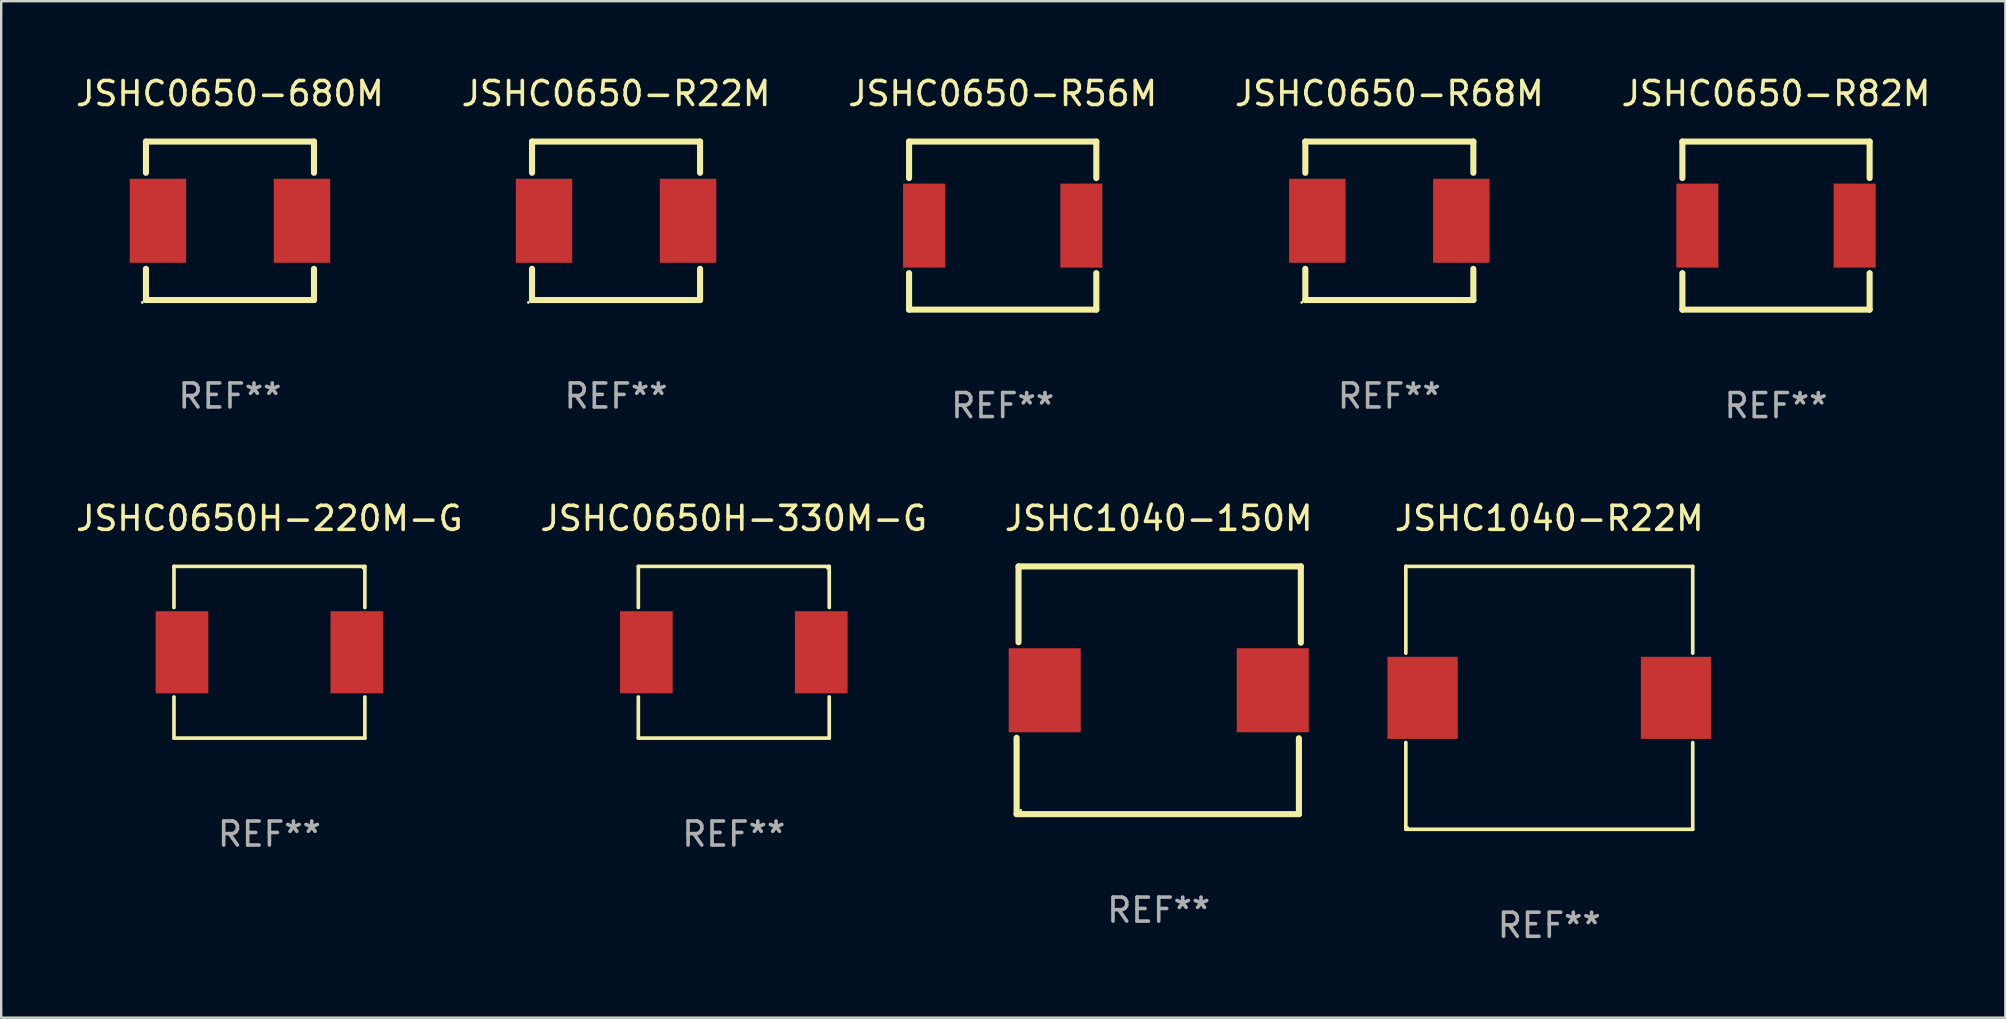
<source format=kicad_pcb>
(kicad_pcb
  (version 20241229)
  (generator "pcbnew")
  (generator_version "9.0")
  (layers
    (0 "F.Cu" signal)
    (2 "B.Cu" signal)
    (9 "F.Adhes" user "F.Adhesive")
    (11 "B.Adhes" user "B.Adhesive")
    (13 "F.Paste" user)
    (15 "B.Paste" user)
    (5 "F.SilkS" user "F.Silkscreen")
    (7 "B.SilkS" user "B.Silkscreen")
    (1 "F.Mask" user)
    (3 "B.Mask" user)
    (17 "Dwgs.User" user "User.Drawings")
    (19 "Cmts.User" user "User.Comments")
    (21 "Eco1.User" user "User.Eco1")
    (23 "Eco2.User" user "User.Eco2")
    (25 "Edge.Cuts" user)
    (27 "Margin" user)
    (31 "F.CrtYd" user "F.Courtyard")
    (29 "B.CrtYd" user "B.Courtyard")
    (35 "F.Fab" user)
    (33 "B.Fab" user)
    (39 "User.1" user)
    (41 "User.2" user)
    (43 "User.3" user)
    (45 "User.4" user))
  (footprint "JSHC0650-R82M"
    (layer "F.Cu")
    (at 70.935 6.348)
    (property "Reference" "JSHC0650-R82M" (at 0 -5.5 0) (layer "F.SilkS") (effects (font (size 1 1) (thickness 0.15))))
    (attr through_hole)
    (fp_line (start -3.9 -3.5) (end -3.9 -1.981) (stroke (width 0.254) (type solid)) (layer "F.SilkS"))
    (fp_line (start -3.9 -3.5) (end 3.9 -3.5) (stroke (width 0.254) (type solid)) (layer "F.SilkS"))
    (fp_line (start -3.9 1.981) (end -3.9 3.5) (stroke (width 0.254) (type solid)) (layer "F.SilkS"))
    (fp_line (start -3.9 3.5) (end 3.9 3.5) (stroke (width 0.254) (type solid)) (layer "F.SilkS"))
    (fp_line (start 3.9 -3.5) (end 3.9 -1.981) (stroke (width 0.254) (type solid)) (layer "F.SilkS"))
    (fp_line (start 3.9 1.981) (end 3.9 3.5) (stroke (width 0.254) (type solid)) (layer "F.SilkS"))
    (fp_circle (center -3.9 3.5) (end -3.87 3.5) (stroke (width 0.06) (type solid)) (fill no) (layer "F.SilkS"))
    (fp_text user "REF**" (at 0 7.5 0) (layer "F.Fab") (effects (font (size 1 1) (thickness 0.15))))
    (pad "1" smd rect (at -3.277 0 90) (size 3.5 1.75) (layers "F.Cu" "F.Mask" "F.Paste"))
    (pad "2" smd rect (at 3.277 0 90) (size 3.5 1.75) (layers "F.Cu" "F.Mask" "F.Paste")))
  (footprint "JSHC0650-R68M"
    (layer "F.Cu")
    (at 54.827 6.148)
    (property "Reference" "JSHC0650-R68M" (at 0 -5.3 0) (layer "F.SilkS") (effects (font (size 1 1) (thickness 0.15))))
    (attr through_hole)
    (fp_line (start -3.5 3.3) (end 3.5 3.3) (stroke (width 0.254) (type solid)) (layer "F.SilkS"))
    (fp_line (start -3.5 -3.3) (end -3.5 -2) (stroke (width 0.254) (type solid)) (layer "F.SilkS"))
    (fp_line (start -3.5 -3.3) (end 3.5 -3.3) (stroke (width 0.254) (type solid)) (layer "F.SilkS"))
    (fp_line (start -3.5 2) (end -3.5 3.3) (stroke (width 0.254) (type solid)) (layer "F.SilkS"))
    (fp_line (start 3.5 -3.3) (end 3.5 -2) (stroke (width 0.254) (type solid)) (layer "F.SilkS"))
    (fp_line (start 3.5 2) (end 3.5 3.3) (stroke (width 0.254) (type solid)) (layer "F.SilkS"))
    (fp_circle (center -3.65 3.4) (end -3.62 3.4) (stroke (width 0.06) (type solid)) (fill no) (layer "F.SilkS"))
    (fp_text user "REF**" (at 0 7.3 0) (layer "F.Fab") (effects (font (size 1 1) (thickness 0.15))))
    (pad "1" smd rect (at -3 0) (size 2.35 3.5) (layers "F.Cu" "F.Mask" "F.Paste"))
    (pad "2" smd rect (at 3 0) (size 2.35 3.5) (layers "F.Cu" "F.Mask" "F.Paste")))
  (footprint "JSHC0650-680M"
    (layer "F.Cu")
    (at 6.53 6.148)
    (property "Reference" "JSHC0650-680M" (at 0 -5.3 0) (layer "F.SilkS") (effects (font (size 1 1) (thickness 0.15))))
    (attr through_hole)
    (fp_line (start -3.5 3.3) (end 3.5 3.3) (stroke (width 0.254) (type solid)) (layer "F.SilkS"))
    (fp_line (start -3.5 -3.3) (end -3.5 -2) (stroke (width 0.254) (type solid)) (layer "F.SilkS"))
    (fp_line (start -3.5 -3.3) (end 3.5 -3.3) (stroke (width 0.254) (type solid)) (layer "F.SilkS"))
    (fp_line (start -3.5 2) (end -3.5 3.3) (stroke (width 0.254) (type solid)) (layer "F.SilkS"))
    (fp_line (start 3.5 -3.3) (end 3.5 -2) (stroke (width 0.254) (type solid)) (layer "F.SilkS"))
    (fp_line (start 3.5 2) (end 3.5 3.3) (stroke (width 0.254) (type solid)) (layer "F.SilkS"))
    (fp_circle (center -3.65 3.4) (end -3.62 3.4) (stroke (width 0.06) (type solid)) (fill no) (layer "F.SilkS"))
    (fp_text user "REF**" (at 0 7.3 0) (layer "F.Fab") (effects (font (size 1 1) (thickness 0.15))))
    (pad "1" smd rect (at -3 0) (size 2.35 3.5) (layers "F.Cu" "F.Mask" "F.Paste"))
    (pad "2" smd rect (at 3 0) (size 2.35 3.5) (layers "F.Cu" "F.Mask" "F.Paste")))
  (footprint "JSHC1040-R22M"
    (layer "F.Cu")
    (at 61.49 26.021)
    (property "Reference" "JSHC1040-R22M" (at 0 -7.476 0) (layer "F.SilkS") (effects (font (size 1 1) (thickness 0.15))))
    (attr through_hole)
    (fp_line (start -5.976 -5.476) (end 5.976 -5.476) (stroke (width 0.152) (type solid)) (layer "F.SilkS"))
    (fp_line (start -5.976 -1.862) (end -5.976 -5.476) (stroke (width 0.152) (type solid)) (layer "F.SilkS"))
    (fp_line (start -5.976 1.862) (end -5.976 5.476) (stroke (width 0.152) (type solid)) (layer "F.SilkS"))
    (fp_line (start -5.976 5.476) (end 5.976 5.476) (stroke (width 0.152) (type solid)) (layer "F.SilkS"))
    (fp_line (start 5.976 -5.476) (end 5.976 -1.862) (stroke (width 0.152) (type solid)) (layer "F.SilkS"))
    (fp_line (start 5.976 5.476) (end 5.976 1.862) (stroke (width 0.152) (type solid)) (layer "F.SilkS"))
    (fp_circle (center -5.9 5.4) (end -5.87 5.4) (stroke (width 0.06) (type solid)) (fill no) (layer "F.SilkS"))
    (fp_text user "REF**" (at 0 9.476 0) (layer "F.Fab") (effects (font (size 1 1) (thickness 0.15))))
    (pad "1" smd rect (at 5.278 0) (size 2.924 3.42) (layers "F.Cu" "F.Mask" "F.Paste"))
    (pad "2" smd rect (at -5.278 0) (size 2.924 3.42) (layers "F.Cu" "F.Mask" "F.Paste")))
  (footprint "JSHC0650-R22M"
    (layer "F.Cu")
    (at 22.613 6.148)
    (property "Reference" "JSHC0650-R22M" (at 0 -5.3 0) (layer "F.SilkS") (effects (font (size 1 1) (thickness 0.15))))
    (attr through_hole)
    (fp_line (start -3.5 3.3) (end 3.5 3.3) (stroke (width 0.254) (type solid)) (layer "F.SilkS"))
    (fp_line (start -3.5 -3.3) (end -3.5 -2) (stroke (width 0.254) (type solid)) (layer "F.SilkS"))
    (fp_line (start -3.5 -3.3) (end 3.5 -3.3) (stroke (width 0.254) (type solid)) (layer "F.SilkS"))
    (fp_line (start -3.5 2) (end -3.5 3.3) (stroke (width 0.254) (type solid)) (layer "F.SilkS"))
    (fp_line (start 3.5 -3.3) (end 3.5 -2) (stroke (width 0.254) (type solid)) (layer "F.SilkS"))
    (fp_line (start 3.5 2) (end 3.5 3.3) (stroke (width 0.254) (type solid)) (layer "F.SilkS"))
    (fp_circle (center -3.65 3.4) (end -3.62 3.4) (stroke (width 0.06) (type solid)) (fill no) (layer "F.SilkS"))
    (fp_text user "REF**" (at 0 7.3 0) (layer "F.Fab") (effects (font (size 1 1) (thickness 0.15))))
    (pad "1" smd rect (at -3 0) (size 2.35 3.5) (layers "F.Cu" "F.Mask" "F.Paste"))
    (pad "2" smd rect (at 3 0) (size 2.35 3.5) (layers "F.Cu" "F.Mask" "F.Paste")))
  (footprint "JSHC0650H-220M-G"
    (layer "F.Cu")
    (at 8.173 24.121)
    (property "Reference" "JSHC0650H-220M-G" (at 0 -5.576 0) (layer "F.SilkS") (effects (font (size 1 1) (thickness 0.15))))
    (attr through_hole)
    (fp_line (start -3.976 -3.576) (end 3.976 -3.576) (stroke (width 0.152) (type solid)) (layer "F.SilkS"))
    (fp_line (start -3.976 -1.862) (end -3.976 -3.576) (stroke (width 0.152) (type solid)) (layer "F.SilkS"))
    (fp_line (start -3.976 1.862) (end -3.976 3.576) (stroke (width 0.152) (type solid)) (layer "F.SilkS"))
    (fp_line (start -3.976 3.576) (end 3.976 3.576) (stroke (width 0.152) (type solid)) (layer "F.SilkS"))
    (fp_line (start 3.976 -3.576) (end 3.976 -1.862) (stroke (width 0.152) (type solid)) (layer "F.SilkS"))
    (fp_line (start 3.976 3.576) (end 3.976 1.862) (stroke (width 0.152) (type solid)) (layer "F.SilkS"))
    (fp_circle (center 3.9 -3.5) (end 3.93 -3.5) (stroke (width 0.06) (type solid)) (fill no) (layer "F.SilkS"))
    (fp_text user "REF**" (at 0 7.576 0) (layer "F.Fab") (effects (font (size 1 1) (thickness 0.15))))
    (pad "1" smd rect (at 3.643 0) (size 2.194 3.42) (layers "F.Cu" "F.Mask" "F.Paste"))
    (pad "2" smd rect (at -3.643 0) (size 2.194 3.42) (layers "F.Cu" "F.Mask" "F.Paste")))
  (footprint "JSHC1040-150M"
    (layer "F.Cu")
    (at 45.22 25.705)
    (property "Reference" "JSHC1040-150M" (at 0 -7.16 0) (layer "F.SilkS") (effects (font (size 1 1) (thickness 0.15))))
    (attr through_hole)
    (fp_line (start -5.92 5.16) (end -5.92 1.98) (stroke (width 0.254) (type solid)) (layer "F.SilkS"))
    (fp_line (start -5.84 -5.16) (end 5.92 -5.16) (stroke (width 0.254) (type solid)) (layer "F.SilkS"))
    (fp_line (start -5.84 -2) (end -5.84 -5.16) (stroke (width 0.254) (type solid)) (layer "F.SilkS"))
    (fp_line (start 5.84 2) (end 5.84 5.16) (stroke (width 0.254) (type solid)) (layer "F.SilkS"))
    (fp_line (start 5.84 5.16) (end -5.92 5.16) (stroke (width 0.254) (type solid)) (layer "F.SilkS"))
    (fp_line (start 5.92 -5.16) (end 5.92 -1.98) (stroke (width 0.254) (type solid)) (layer "F.SilkS"))
    (fp_circle (center -5.75 5) (end -5.72 5) (stroke (width 0.06) (type solid)) (fill no) (layer "F.SilkS"))
    (fp_text user "REF**" (at 0 9.16 0) (layer "F.Fab") (effects (font (size 1 1) (thickness 0.15))))
    (pad "1" smd rect (at -4.75 0) (size 3 3.5) (layers "F.Cu" "F.Mask" "F.Paste"))
    (pad "2" smd rect (at 4.75 0) (size 3 3.5) (layers "F.Cu" "F.Mask" "F.Paste")))
  (footprint "JSHC0650H-330M-G"
    (layer "F.Cu")
    (at 27.518 24.121)
    (property "Reference" "JSHC0650H-330M-G" (at 0 -5.576 0) (layer "F.SilkS") (effects (font (size 1 1) (thickness 0.15))))
    (attr through_hole)
    (fp_line (start -3.976 -3.576) (end 3.976 -3.576) (stroke (width 0.152) (type solid)) (layer "F.SilkS"))
    (fp_line (start -3.976 -1.862) (end -3.976 -3.576) (stroke (width 0.152) (type solid)) (layer "F.SilkS"))
    (fp_line (start -3.976 1.862) (end -3.976 3.576) (stroke (width 0.152) (type solid)) (layer "F.SilkS"))
    (fp_line (start -3.976 3.576) (end 3.976 3.576) (stroke (width 0.152) (type solid)) (layer "F.SilkS"))
    (fp_line (start 3.976 -3.576) (end 3.976 -1.862) (stroke (width 0.152) (type solid)) (layer "F.SilkS"))
    (fp_line (start 3.976 3.576) (end 3.976 1.862) (stroke (width 0.152) (type solid)) (layer "F.SilkS"))
    (fp_circle (center 3.9 -3.5) (end 3.93 -3.5) (stroke (width 0.06) (type solid)) (fill no) (layer "F.SilkS"))
    (fp_text user "REF**" (at 0 7.576 0) (layer "F.Fab") (effects (font (size 1 1) (thickness 0.15))))
    (pad "1" smd rect (at 3.643 0) (size 2.194 3.42) (layers "F.Cu" "F.Mask" "F.Paste"))
    (pad "2" smd rect (at -3.643 0) (size 2.194 3.42) (layers "F.Cu" "F.Mask" "F.Paste")))
  (footprint "JSHC0650-R56M"
    (layer "F.Cu")
    (at 38.72 6.348)
    (property "Reference" "JSHC0650-R56M" (at 0 -5.5 0) (layer "F.SilkS") (effects (font (size 1 1) (thickness 0.15))))
    (attr through_hole)
    (fp_line (start -3.9 -3.5) (end -3.9 -1.981) (stroke (width 0.254) (type solid)) (layer "F.SilkS"))
    (fp_line (start -3.9 -3.5) (end 3.9 -3.5) (stroke (width 0.254) (type solid)) (layer "F.SilkS"))
    (fp_line (start -3.9 1.981) (end -3.9 3.5) (stroke (width 0.254) (type solid)) (layer "F.SilkS"))
    (fp_line (start -3.9 3.5) (end 3.9 3.5) (stroke (width 0.254) (type solid)) (layer "F.SilkS"))
    (fp_line (start 3.9 -3.5) (end 3.9 -1.981) (stroke (width 0.254) (type solid)) (layer "F.SilkS"))
    (fp_line (start 3.9 1.981) (end 3.9 3.5) (stroke (width 0.254) (type solid)) (layer "F.SilkS"))
    (fp_circle (center -3.9 3.5) (end -3.87 3.5) (stroke (width 0.06) (type solid)) (fill no) (layer "F.SilkS"))
    (fp_text user "REF**" (at 0 7.5 0) (layer "F.Fab") (effects (font (size 1 1) (thickness 0.15))))
    (pad "1" smd rect (at -3.277 0 90) (size 3.5 1.75) (layers "F.Cu" "F.Mask" "F.Paste"))
    (pad "2" smd rect (at 3.277 0 90) (size 3.5 1.75) (layers "F.Cu" "F.Mask" "F.Paste")))
  (gr_rect
    (start -3 -3)
    (end 80.488 39.345)
    (stroke (width 0.1) (type default))
    (fill no)
    (layer "Edge.Cuts")))
</source>
